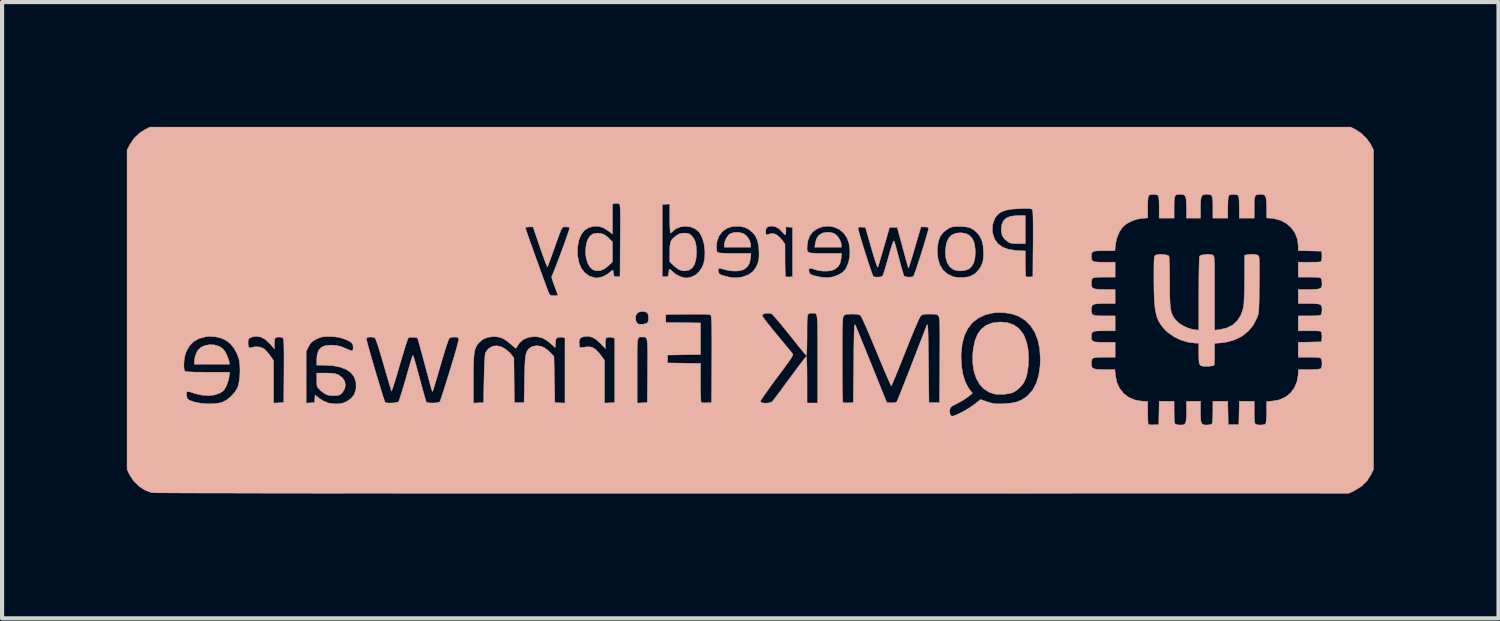
<source format=kicad_pcb>
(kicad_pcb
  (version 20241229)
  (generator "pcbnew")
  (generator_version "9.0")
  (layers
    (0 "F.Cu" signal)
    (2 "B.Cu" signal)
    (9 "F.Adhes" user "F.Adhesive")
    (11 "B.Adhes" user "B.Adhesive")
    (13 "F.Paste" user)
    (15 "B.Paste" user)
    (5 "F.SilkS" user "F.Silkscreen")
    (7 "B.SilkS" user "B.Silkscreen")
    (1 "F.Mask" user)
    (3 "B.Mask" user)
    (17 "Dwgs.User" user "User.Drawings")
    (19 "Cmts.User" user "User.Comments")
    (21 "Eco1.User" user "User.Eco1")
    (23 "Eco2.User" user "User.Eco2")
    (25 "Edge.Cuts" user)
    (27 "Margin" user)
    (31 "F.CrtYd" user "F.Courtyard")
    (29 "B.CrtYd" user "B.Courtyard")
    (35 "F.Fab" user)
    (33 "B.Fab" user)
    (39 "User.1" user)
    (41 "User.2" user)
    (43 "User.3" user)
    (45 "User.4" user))
  (footprint "QMK-Badge"
    (layer "F.Cu")
    (at 14.98 7.487)
    (property "Reference" "QMK-Badge" (at 0 0 0) (layer "F.SilkS") (effects (font (size 1.27 1.27) (thickness 0.15))))
    (attr through_hole)
    (fp_poly (pts (xy 1.978 -4.94) (xy 2.047 -4.911) (xy 2.108 -4.857) (xy 2.16 -4.779) (xy 2.194 -4.697) (xy 2.201 -4.647) (xy 2.201 -4.593) (xy 1.561 -4.593) (xy 1.574 -4.689) (xy 1.605 -4.803) (xy 1.663 -4.884) (xy 1.749 -4.934) (xy 1.863 -4.953) (xy 1.877 -4.953) (xy 1.978 -4.94)) (stroke (width 0.01) (type solid)) (fill yes) (layer "B.SilkS"))
    (fp_poly (pts (xy -0.176 -4.93) (xy -0.127 -4.905) (xy -0.057 -4.84) (xy -0.005 -4.756) (xy 0.02 -4.67) (xy 0.021 -4.652) (xy 0.021 -4.593) (xy -0.614 -4.593) (xy -0.613 -4.651) (xy -0.599 -4.733) (xy -0.562 -4.817) (xy -0.512 -4.886) (xy -0.468 -4.92) (xy -0.377 -4.948) (xy -0.273 -4.951) (xy -0.176 -4.93)) (stroke (width 0.01) (type solid)) (fill yes) (layer "B.SilkS"))
    (fp_poly (pts (xy 6.625 -4.678) (xy 6.448 -4.678) (xy 6.354 -4.68) (xy 6.29 -4.687) (xy 6.242 -4.702) (xy 6.202 -4.725) (xy 6.118 -4.795) (xy 6.069 -4.87) (xy 6.048 -4.963) (xy 6.046 -5.01) (xy 6.058 -5.132) (xy 6.097 -5.225) (xy 6.165 -5.292) (xy 6.265 -5.334) (xy 6.4 -5.353) (xy 6.461 -5.355) (xy 6.625 -5.355) (xy 6.625 -4.678)) (stroke (width 0.01) (type solid)) (fill yes) (layer "B.SilkS"))
    (fp_poly (pts (xy -12.877 -2.244) (xy -12.768 -2.213) (xy -12.741 -2.199) (xy -12.674 -2.153) (xy -12.623 -2.09) (xy -12.591 -2.032) (xy -12.558 -1.956) (xy -12.532 -1.885) (xy -12.522 -1.847) (xy -12.511 -1.778) (xy -13.356 -1.778) (xy -13.356 -1.849) (xy -13.34 -1.962) (xy -13.296 -2.075) (xy -13.269 -2.119) (xy -13.199 -2.185) (xy -13.103 -2.229) (xy -12.992 -2.249) (xy -12.877 -2.244)) (stroke (width 0.01) (type solid)) (fill yes) (layer "B.SilkS"))
    (fp_poly (pts (xy -3.577 -4.924) (xy -3.5 -4.896) (xy -3.426 -4.842) (xy -3.388 -4.806) (xy -3.302 -4.72) (xy -3.302 -4.242) (xy -3.392 -4.154) (xy -3.499 -4.07) (xy -3.602 -4.027) (xy -3.702 -4.026) (xy -3.767 -4.049) (xy -3.838 -4.107) (xy -3.894 -4.197) (xy -3.931 -4.31) (xy -3.95 -4.437) (xy -3.947 -4.571) (xy -3.922 -4.703) (xy -3.901 -4.768) (xy -3.847 -4.859) (xy -3.773 -4.913) (xy -3.676 -4.932) (xy -3.671 -4.932) (xy -3.577 -4.924)) (stroke (width 0.01) (type solid)) (fill yes) (layer "B.SilkS"))
    (fp_poly (pts (xy 5.184 -4.926) (xy 5.282 -4.878) (xy 5.354 -4.797) (xy 5.4 -4.683) (xy 5.421 -4.535) (xy 5.423 -4.477) (xy 5.412 -4.323) (xy 5.378 -4.203) (xy 5.32 -4.115) (xy 5.25 -4.061) (xy 5.158 -4.031) (xy 5.051 -4.023) (xy 4.946 -4.038) (xy 4.894 -4.057) (xy 4.808 -4.122) (xy 4.746 -4.22) (xy 4.711 -4.346) (xy 4.702 -4.498) (xy 4.705 -4.551) (xy 4.73 -4.696) (xy 4.778 -4.807) (xy 4.85 -4.884) (xy 4.947 -4.928) (xy 5.059 -4.941) (xy 5.184 -4.926)) (stroke (width 0.01) (type solid)) (fill yes) (layer "B.SilkS"))
    (fp_poly (pts (xy -10.089 -1.565) (xy -10.013 -1.559) (xy -9.955 -1.548) (xy -9.904 -1.528) (xy -9.884 -1.519) (xy -9.795 -1.454) (xy -9.742 -1.371) (xy -9.724 -1.278) (xy -9.744 -1.182) (xy -9.8 -1.094) (xy -9.84 -1.056) (xy -9.883 -1.035) (xy -9.946 -1.025) (xy -9.982 -1.023) (xy -10.103 -1.027) (xy -10.181 -1.048) (xy -10.242 -1.084) (xy -10.308 -1.135) (xy -10.335 -1.159) (xy -10.374 -1.2) (xy -10.398 -1.234) (xy -10.41 -1.274) (xy -10.414 -1.335) (xy -10.414 -1.401) (xy -10.414 -1.566) (xy -10.196 -1.566) (xy -10.089 -1.565)) (stroke (width 0.01) (type solid)) (fill yes) (layer "B.SilkS"))
    (fp_poly (pts (xy -1.502 -4.928) (xy -1.453 -4.912) (xy -1.408 -4.876) (xy -1.4 -4.868) (xy -1.343 -4.796) (xy -1.306 -4.709) (xy -1.287 -4.598) (xy -1.282 -4.466) (xy -1.294 -4.307) (xy -1.329 -4.182) (xy -1.387 -4.093) (xy -1.467 -4.04) (xy -1.57 -4.022) (xy -1.571 -4.022) (xy -1.641 -4.032) (xy -1.704 -4.055) (xy -1.757 -4.09) (xy -1.82 -4.14) (xy -1.847 -4.165) (xy -1.926 -4.242) (xy -1.926 -4.471) (xy -1.924 -4.589) (xy -1.916 -4.675) (xy -1.898 -4.737) (xy -1.866 -4.787) (xy -1.816 -4.834) (xy -1.771 -4.868) (xy -1.704 -4.91) (xy -1.638 -4.929) (xy -1.574 -4.932) (xy -1.502 -4.928)) (stroke (width 0.01) (type solid)) (fill yes) (layer "B.SilkS"))
    (fp_poly (pts (xy 6.202 -2.777) (xy 6.346 -2.726) (xy 6.466 -2.641) (xy 6.564 -2.52) (xy 6.603 -2.449) (xy 6.657 -2.3) (xy 6.691 -2.126) (xy 6.704 -1.936) (xy 6.696 -1.741) (xy 6.667 -1.554) (xy 6.632 -1.428) (xy 6.583 -1.329) (xy 6.508 -1.234) (xy 6.419 -1.154) (xy 6.326 -1.098) (xy 6.287 -1.085) (xy 6.107 -1.053) (xy 5.944 -1.053) (xy 5.904 -1.058) (xy 5.757 -1.104) (xy 5.631 -1.184) (xy 5.527 -1.296) (xy 5.446 -1.437) (xy 5.39 -1.604) (xy 5.361 -1.794) (xy 5.359 -2.005) (xy 5.374 -2.161) (xy 5.415 -2.351) (xy 5.479 -2.506) (xy 5.568 -2.627) (xy 5.681 -2.715) (xy 5.821 -2.77) (xy 5.988 -2.793) (xy 6.033 -2.794) (xy 6.202 -2.777)) (stroke (width 0.01) (type solid)) (fill yes) (layer "B.SilkS"))
    (fp_poly (pts (xy 12.168 -4.415) (xy 12.218 -4.399) (xy 12.221 -4.397) (xy 12.231 -4.387) (xy 12.239 -4.37) (xy 12.246 -4.342) (xy 12.25 -4.299) (xy 12.253 -4.236) (xy 12.254 -4.148) (xy 12.254 -4.032) (xy 12.253 -3.882) (xy 12.251 -3.695) (xy 12.251 -3.693) (xy 12.249 -3.505) (xy 12.247 -3.354) (xy 12.244 -3.235) (xy 12.241 -3.143) (xy 12.237 -3.073) (xy 12.231 -3.019) (xy 12.223 -2.977) (xy 12.213 -2.942) (xy 12.2 -2.907) (xy 12.195 -2.895) (xy 12.103 -2.717) (xy 11.98 -2.569) (xy 11.829 -2.45) (xy 11.651 -2.363) (xy 11.448 -2.308) (xy 11.329 -2.293) (xy 11.176 -2.28) (xy 11.176 -2.02) (xy 11.175 -1.919) (xy 11.171 -1.835) (xy 11.167 -1.776) (xy 11.16 -1.75) (xy 11.16 -1.75) (xy 11.123 -1.74) (xy 11.06 -1.732) (xy 10.989 -1.727) (xy 10.926 -1.727) (xy 10.901 -1.73) (xy 10.858 -1.74) (xy 10.829 -1.758) (xy 10.81 -1.791) (xy 10.8 -1.845) (xy 10.796 -1.927) (xy 10.795 -2.035) (xy 10.795 -2.286) (xy 10.716 -2.286) (xy 10.544 -2.306) (xy 10.367 -2.359) (xy 10.199 -2.44) (xy 10.05 -2.546) (xy 10.006 -2.586) (xy 9.933 -2.663) (xy 9.874 -2.741) (xy 9.826 -2.824) (xy 9.788 -2.918) (xy 9.76 -3.028) (xy 9.74 -3.158) (xy 9.727 -3.314) (xy 9.719 -3.501) (xy 9.716 -3.723) (xy 9.716 -3.804) (xy 9.716 -3.975) (xy 9.716 -4.109) (xy 9.718 -4.209) (xy 9.72 -4.283) (xy 9.724 -4.333) (xy 9.73 -4.366) (xy 9.738 -4.385) (xy 9.749 -4.397) (xy 9.761 -4.404) (xy 9.81 -4.417) (xy 9.879 -4.421) (xy 9.955 -4.417) (xy 10.022 -4.406) (xy 10.068 -4.388) (xy 10.077 -4.38) (xy 10.082 -4.352) (xy 10.086 -4.287) (xy 10.09 -4.191) (xy 10.093 -4.07) (xy 10.095 -3.929) (xy 10.096 -3.775) (xy 10.096 -3.756) (xy 10.097 -3.557) (xy 10.099 -3.396) (xy 10.104 -3.266) (xy 10.112 -3.163) (xy 10.124 -3.081) (xy 10.14 -3.015) (xy 10.162 -2.959) (xy 10.191 -2.908) (xy 10.227 -2.858) (xy 10.23 -2.853) (xy 10.309 -2.775) (xy 10.417 -2.704) (xy 10.538 -2.648) (xy 10.658 -2.614) (xy 10.684 -2.61) (xy 10.795 -2.598) (xy 10.795 -3.474) (xy 10.796 -3.665) (xy 10.797 -3.843) (xy 10.799 -4.003) (xy 10.802 -4.141) (xy 10.805 -4.252) (xy 10.809 -4.331) (xy 10.813 -4.374) (xy 10.815 -4.38) (xy 10.847 -4.399) (xy 10.908 -4.413) (xy 10.982 -4.421) (xy 11.055 -4.42) (xy 11.114 -4.411) (xy 11.131 -4.404) (xy 11.142 -4.398) (xy 11.151 -4.388) (xy 11.158 -4.372) (xy 11.164 -4.345) (xy 11.168 -4.304) (xy 11.171 -4.245) (xy 11.174 -4.163) (xy 11.175 -4.056) (xy 11.176 -3.918) (xy 11.176 -3.747) (xy 11.176 -3.538) (xy 11.176 -3.489) (xy 11.176 -2.598) (xy 11.296 -2.612) (xy 11.464 -2.65) (xy 11.606 -2.721) (xy 11.72 -2.824) (xy 11.806 -2.957) (xy 11.861 -3.118) (xy 11.874 -3.19) (xy 11.88 -3.252) (xy 11.885 -3.348) (xy 11.89 -3.471) (xy 11.893 -3.613) (xy 11.895 -3.765) (xy 11.895 -3.866) (xy 11.896 -4.398) (xy 11.943 -4.41) (xy 12.014 -4.421) (xy 12.094 -4.423) (xy 12.168 -4.415)) (stroke (width 0.01) (type solid)) (fill yes) (layer "B.SilkS"))
    (fp_poly (pts (xy 14.563 -7.423) (xy 14.704 -7.331) (xy 14.828 -7.21) (xy 14.924 -7.074) (xy 14.936 -7.052) (xy 14.997 -6.932) (xy 14.997 0.751) (xy 14.935 0.877) (xy 14.836 1.031) (xy 14.705 1.158) (xy 14.546 1.256) (xy 14.404 1.323) (xy 0.053 1.326) (xy -0.787 1.326) (xy -1.612 1.326) (xy -2.419 1.326) (xy -3.208 1.326) (xy -3.978 1.326) (xy -4.728 1.326) (xy -5.458 1.326) (xy -6.166 1.326) (xy -6.851 1.326) (xy -7.512 1.325) (xy -8.149 1.325) (xy -8.761 1.324) (xy -9.346 1.324) (xy -9.904 1.323) (xy -10.434 1.323) (xy -10.935 1.322) (xy -11.406 1.322) (xy -11.845 1.321) (xy -12.253 1.32) (xy -12.628 1.319) (xy -12.969 1.319) (xy -13.276 1.318) (xy -13.547 1.317) (xy -13.782 1.316) (xy -13.979 1.315) (xy -14.137 1.314) (xy -14.257 1.313) (xy -14.336 1.312) (xy -14.374 1.311) (xy -14.378 1.311) (xy -14.539 1.252) (xy -14.686 1.157) (xy -14.812 1.033) (xy -14.909 0.887) (xy -14.914 0.877) (xy -14.975 0.751) (xy -14.975 -0.646) (xy 4.805 -0.646) (xy 4.815 -0.572) (xy 4.846 -0.534) (xy 4.869 -0.529) (xy 4.904 -0.538) (xy 4.966 -0.563) (xy 5.045 -0.6) (xy 5.098 -0.626) (xy 5.198 -0.682) (xy 5.302 -0.746) (xy 5.391 -0.808) (xy 5.416 -0.827) (xy 5.546 -0.931) (xy 5.709 -0.876) (xy 5.788 -0.851) (xy 5.855 -0.836) (xy 5.923 -0.828) (xy 6.007 -0.827) (xy 6.106 -0.83) (xy 6.274 -0.844) (xy 6.412 -0.871) (xy 6.527 -0.916) (xy 6.631 -0.983) (xy 6.687 -1.029) (xy 6.801 -1.16) (xy 6.888 -1.322) (xy 6.947 -1.516) (xy 6.979 -1.742) (xy 6.985 -1.907) (xy 6.97 -2.145) (xy 6.926 -2.359) (xy 6.853 -2.546) (xy 6.752 -2.704) (xy 6.625 -2.832) (xy 6.473 -2.928) (xy 6.471 -2.929) (xy 6.316 -2.984) (xy 6.141 -3.016) (xy 5.962 -3.022) (xy 5.857 -3.013) (xy 5.661 -2.967) (xy 5.494 -2.889) (xy 5.354 -2.78) (xy 5.243 -2.64) (xy 5.16 -2.469) (xy 5.106 -2.268) (xy 5.082 -2.036) (xy 5.08 -1.949) (xy 5.092 -1.726) (xy 5.127 -1.524) (xy 5.183 -1.349) (xy 5.258 -1.205) (xy 5.298 -1.151) (xy 5.354 -1.086) (xy 5.307 -1.043) (xy 5.22 -0.975) (xy 5.111 -0.904) (xy 4.998 -0.84) (xy 4.945 -0.815) (xy 4.869 -0.776) (xy 4.826 -0.736) (xy 4.807 -0.686) (xy 4.805 -0.646) (xy -14.975 -0.646) (xy -14.975 -1.743) (xy -13.609 -1.743) (xy -13.604 -1.668) (xy -13.59 -1.62) (xy -13.585 -1.613) (xy -13.562 -1.604) (xy -13.512 -1.598) (xy -13.43 -1.593) (xy -13.315 -1.589) (xy -13.163 -1.588) (xy -13.034 -1.587) (xy -12.508 -1.587) (xy -12.521 -1.476) (xy -12.539 -1.392) (xy -12.57 -1.298) (xy -12.591 -1.249) (xy -12.632 -1.175) (xy -12.677 -1.126) (xy -12.742 -1.085) (xy -12.752 -1.08) (xy -12.873 -1.039) (xy -13.016 -1.025) (xy -13.172 -1.035) (xy -13.331 -1.07) (xy -13.373 -1.084) (xy -13.458 -1.113) (xy -13.511 -1.122) (xy -13.538 -1.11) (xy -13.546 -1.073) (xy -13.543 -1.013) (xy -13.526 -0.954) (xy -13.482 -0.917) (xy -13.473 -0.912) (xy -13.355 -0.87) (xy -13.211 -0.842) (xy -13.054 -0.827) (xy -12.899 -0.829) (xy -12.76 -0.846) (xy -12.697 -0.862) (xy -12.591 -0.913) (xy -12.485 -0.995) (xy -12.393 -1.094) (xy -12.326 -1.2) (xy -12.31 -1.238) (xy -12.283 -1.347) (xy -12.265 -1.482) (xy -12.259 -1.628) (xy -12.264 -1.769) (xy -12.281 -1.889) (xy -12.285 -1.905) (xy -12.333 -2.038) (xy -12.405 -2.165) (xy -12.493 -2.273) (xy -12.534 -2.308) (xy -12.065 -2.308) (xy -12.061 -2.229) (xy -12.048 -2.186) (xy -12.021 -2.173) (xy -11.988 -2.181) (xy -11.894 -2.2) (xy -11.793 -2.194) (xy -11.705 -2.165) (xy -11.695 -2.159) (xy -11.648 -2.12) (xy -11.591 -2.059) (xy -11.539 -1.992) (xy -11.451 -1.867) (xy -11.451 -0.845) (xy -11.329 -0.851) (xy -11.208 -0.857) (xy -11.202 -1.617) (xy -11.201 -1.838) (xy -11.201 -2.02) (xy -11.202 -2.088) (xy -10.668 -2.088) (xy -10.668 -0.844) (xy -10.567 -0.851) (xy -10.467 -0.857) (xy -10.454 -1.039) (xy -10.373 -0.974) (xy -10.248 -0.892) (xy -10.123 -0.844) (xy -9.983 -0.826) (xy -9.958 -0.826) (xy -9.86 -0.83) (xy -9.783 -0.845) (xy -9.706 -0.877) (xy -9.697 -0.881) (xy -9.588 -0.955) (xy -9.514 -1.05) (xy -9.474 -1.17) (xy -9.468 -1.212) (xy -9.472 -1.352) (xy -9.512 -1.472) (xy -9.588 -1.572) (xy -9.7 -1.651) (xy -9.845 -1.708) (xy -10.024 -1.744) (xy -10.235 -1.756) (xy -10.239 -1.756) (xy -10.414 -1.757) (xy -10.414 -1.889) (xy -10.402 -2.021) (xy -10.365 -2.119) (xy -10.301 -2.187) (xy -10.207 -2.227) (xy -10.081 -2.239) (xy -10.032 -2.238) (xy -9.923 -2.227) (xy -9.827 -2.203) (xy -9.721 -2.16) (xy -9.72 -2.16) (xy -9.647 -2.128) (xy -9.588 -2.108) (xy -9.555 -2.102) (xy -9.552 -2.104) (xy -9.543 -2.133) (xy -9.538 -2.185) (xy -9.538 -2.193) (xy -9.546 -2.25) (xy -9.577 -2.296) (xy -9.634 -2.336) (xy -9.725 -2.377) (xy -9.779 -2.396) (xy -9.793 -2.4) (xy -9.222 -2.4) (xy -9.218 -2.375) (xy -9.203 -2.315) (xy -9.18 -2.226) (xy -9.148 -2.113) (xy -9.111 -1.981) (xy -9.069 -1.837) (xy -9.025 -1.685) (xy -8.979 -1.531) (xy -8.934 -1.38) (xy -8.891 -1.239) (xy -8.852 -1.112) (xy -8.819 -1.005) (xy -8.792 -0.924) (xy -8.774 -0.874) (xy -8.769 -0.863) (xy -8.743 -0.852) (xy -8.688 -0.846) (xy -8.618 -0.846) (xy -8.546 -0.851) (xy -8.486 -0.86) (xy -8.451 -0.873) (xy -8.448 -0.875) (xy -8.436 -0.902) (xy -8.415 -0.965) (xy -8.385 -1.056) (xy -8.35 -1.171) (xy -8.31 -1.303) (xy -8.276 -1.42) (xy -8.228 -1.588) (xy -8.19 -1.721) (xy -8.161 -1.821) (xy -8.139 -1.893) (xy -8.124 -1.941) (xy -8.113 -1.971) (xy -8.106 -1.985) (xy -8.1 -1.989) (xy -8.096 -1.986) (xy -8.094 -1.984) (xy -8.086 -1.961) (xy -8.068 -1.903) (xy -8.043 -1.815) (xy -8.011 -1.702) (xy -7.975 -1.571) (xy -7.937 -1.431) (xy -7.898 -1.285) (xy -7.862 -1.153) (xy -7.83 -1.04) (xy -7.805 -0.95) (xy -7.787 -0.891) (xy -7.779 -0.868) (xy -7.751 -0.855) (xy -7.694 -0.848) (xy -7.623 -0.847) (xy -7.551 -0.85) (xy -7.491 -0.859) (xy -7.457 -0.872) (xy -7.456 -0.873) (xy -7.446 -0.899) (xy -7.424 -0.96) (xy -7.393 -1.053) (xy -7.355 -1.172) (xy -7.31 -1.313) (xy -7.276 -1.424) (xy -6.646 -1.424) (xy -6.646 -0.845) (xy -6.525 -0.851) (xy -6.403 -0.857) (xy -6.392 -1.429) (xy -6.387 -1.616) (xy -6.382 -1.775) (xy -6.375 -1.901) (xy -6.367 -1.993) (xy -6.359 -2.046) (xy -6.357 -2.055) (xy -6.324 -2.105) (xy -6.276 -2.157) (xy -6.266 -2.166) (xy -6.18 -2.213) (xy -6.082 -2.223) (xy -5.977 -2.199) (xy -5.872 -2.142) (xy -5.773 -2.055) (xy -5.741 -2.017) (xy -5.673 -1.932) (xy -5.668 -1.394) (xy -5.662 -0.857) (xy -5.429 -0.857) (xy -5.419 -1.418) (xy -5.415 -1.605) (xy -5.41 -1.754) (xy -5.403 -1.871) (xy -5.394 -1.96) (xy -5.381 -2.028) (xy -5.364 -2.079) (xy -5.341 -2.118) (xy -5.312 -2.15) (xy -5.281 -2.177) (xy -5.222 -2.209) (xy -5.145 -2.222) (xy -5.112 -2.223) (xy -5.022 -2.211) (xy -4.936 -2.174) (xy -4.847 -2.107) (xy -4.773 -2.033) (xy -4.71 -1.966) (xy -4.699 -1.412) (xy -4.688 -0.857) (xy -4.567 -0.851) (xy -4.445 -0.845) (xy -4.445 -2.337) (xy -4.103 -2.337) (xy -4.102 -2.272) (xy -4.095 -2.209) (xy -4.082 -2.18) (xy -4.064 -2.178) (xy -4.026 -2.184) (xy -3.962 -2.192) (xy -3.921 -2.196) (xy -3.837 -2.196) (xy -3.764 -2.173) (xy -3.694 -2.123) (xy -3.62 -2.042) (xy -3.582 -1.992) (xy -3.493 -1.873) (xy -3.493 -1.359) (xy -3.493 -0.845) (xy -3.371 -0.851) (xy -3.249 -0.857) (xy -3.249 -1.892) (xy -2.709 -1.892) (xy -2.709 -1.698) (xy -2.709 -1.627) (xy -2.709 -0.845) (xy -2.588 -0.851) (xy -2.466 -0.857) (xy -2.46 -1.619) (xy -2.459 -1.826) (xy -2.458 -1.995) (xy -2.459 -2.129) (xy -2.461 -2.233) (xy -2.466 -2.31) (xy -2.474 -2.364) (xy -2.486 -2.4) (xy -2.502 -2.421) (xy -2.523 -2.431) (xy -2.55 -2.434) (xy -2.582 -2.434) (xy -2.585 -2.434) (xy -2.616 -2.435) (xy -2.642 -2.433) (xy -2.663 -2.427) (xy -2.679 -2.41) (xy -2.691 -2.381) (xy -2.699 -2.333) (xy -2.704 -2.265) (xy -2.708 -2.171) (xy -2.709 -2.048) (xy -2.709 -1.892) (xy -3.249 -1.892) (xy -3.249 -2.401) (xy -3.304 -2.421) (xy -3.368 -2.431) (xy -3.415 -2.426) (xy -3.446 -2.415) (xy -3.463 -2.396) (xy -3.47 -2.356) (xy -3.471 -2.285) (xy -3.471 -2.154) (xy -3.593 -2.28) (xy -3.692 -2.371) (xy -3.783 -2.426) (xy -3.875 -2.45) (xy -3.969 -2.446) (xy -4.044 -2.427) (xy -4.086 -2.394) (xy -4.103 -2.337) (xy -4.445 -2.337) (xy -4.445 -2.412) (xy -4.501 -2.426) (xy -4.565 -2.43) (xy -4.612 -2.421) (xy -4.645 -2.404) (xy -4.663 -2.376) (xy -4.671 -2.324) (xy -4.674 -2.289) (xy -4.68 -2.177) (xy -4.772 -2.262) (xy -4.884 -2.353) (xy -4.99 -2.41) (xy -5.101 -2.438) (xy -5.187 -2.443) (xy -5.327 -2.425) (xy -5.445 -2.374) (xy -5.538 -2.293) (xy -5.569 -2.249) (xy -5.599 -2.199) (xy -5.619 -2.167) (xy -5.623 -2.162) (xy -5.64 -2.171) (xy -5.68 -2.202) (xy -5.734 -2.249) (xy -5.74 -2.253) (xy -5.845 -2.341) (xy -5.938 -2.398) (xy -6.028 -2.43) (xy -6.128 -2.443) (xy -6.16 -2.443) (xy -6.304 -2.426) (xy -6.424 -2.375) (xy -6.52 -2.29) (xy -6.53 -2.277) (xy -6.563 -2.231) (xy -6.588 -2.184) (xy -6.608 -2.131) (xy -6.623 -2.065) (xy -6.633 -1.983) (xy -6.64 -1.878) (xy -6.644 -1.746) (xy -6.646 -1.58) (xy -6.646 -1.424) (xy -7.276 -1.424) (xy -7.261 -1.471) (xy -7.209 -1.642) (xy -7.207 -1.648) (xy -7.146 -1.847) (xy -7.098 -2.009) (xy -7.06 -2.138) (xy -7.033 -2.238) (xy -7.014 -2.312) (xy -7.004 -2.363) (xy -7.001 -2.395) (xy -7.005 -2.411) (xy -7.008 -2.415) (xy -7.06 -2.43) (xy -7.128 -2.433) (xy -7.192 -2.422) (xy -7.222 -2.408) (xy -7.238 -2.38) (xy -7.263 -2.316) (xy -7.296 -2.219) (xy -7.336 -2.094) (xy -7.381 -1.945) (xy -7.43 -1.778) (xy -7.475 -1.624) (xy -7.516 -1.483) (xy -7.553 -1.359) (xy -7.583 -1.259) (xy -7.606 -1.187) (xy -7.619 -1.149) (xy -7.62 -1.145) (xy -7.625 -1.135) (xy -7.628 -1.127) (xy -7.632 -1.125) (xy -7.638 -1.134) (xy -7.646 -1.156) (xy -7.659 -1.196) (xy -7.676 -1.257) (xy -7.7 -1.344) (xy -7.731 -1.46) (xy -7.771 -1.608) (xy -7.821 -1.794) (xy -7.822 -1.799) (xy -7.863 -1.952) (xy -7.901 -2.091) (xy -7.934 -2.211) (xy -7.961 -2.308) (xy -7.98 -2.375) (xy -7.99 -2.408) (xy -7.991 -2.41) (xy -8.021 -2.42) (xy -8.075 -2.426) (xy -8.136 -2.427) (xy -8.187 -2.424) (xy -8.207 -2.418) (xy -8.22 -2.394) (xy -8.242 -2.334) (xy -8.272 -2.244) (xy -8.308 -2.127) (xy -8.35 -1.991) (xy -8.395 -1.839) (xy -8.418 -1.761) (xy -8.463 -1.605) (xy -8.505 -1.464) (xy -8.543 -1.342) (xy -8.574 -1.245) (xy -8.598 -1.176) (xy -8.612 -1.141) (xy -8.615 -1.138) (xy -8.624 -1.161) (xy -8.643 -1.221) (xy -8.671 -1.31) (xy -8.705 -1.425) (xy -8.745 -1.56) (xy -8.788 -1.711) (xy -8.804 -1.767) (xy -8.853 -1.935) (xy -8.898 -2.084) (xy -8.937 -2.21) (xy -8.971 -2.308) (xy -8.996 -2.376) (xy -9.012 -2.407) (xy -9.013 -2.408) (xy -9.06 -2.428) (xy -9.12 -2.434) (xy -9.178 -2.428) (xy -9.216 -2.409) (xy -9.222 -2.4) (xy -9.793 -2.4) (xy -9.883 -2.425) (xy -9.993 -2.44) (xy -10.107 -2.444) (xy -10.205 -2.443) (xy -10.275 -2.436) (xy -10.334 -2.421) (xy -10.396 -2.395) (xy -10.425 -2.381) (xy -10.499 -2.34) (xy -10.549 -2.299) (xy -10.588 -2.244) (xy -10.61 -2.203) (xy -10.668 -2.088) (xy -11.202 -2.088) (xy -11.203 -2.164) (xy -11.205 -2.272) (xy -11.21 -2.347) (xy -11.216 -2.391) (xy -11.221 -2.405) (xy -11.261 -2.427) (xy -11.323 -2.434) (xy -11.387 -2.425) (xy -11.397 -2.421) (xy -11.416 -2.402) (xy -11.427 -2.359) (xy -11.43 -2.282) (xy -11.43 -2.278) (xy -11.431 -2.148) (xy -11.536 -2.268) (xy -11.645 -2.371) (xy -11.754 -2.432) (xy -11.863 -2.45) (xy -11.91 -2.445) (xy -11.991 -2.426) (xy -12.039 -2.4) (xy -12.06 -2.361) (xy -12.065 -2.308) (xy -12.534 -2.308) (xy -12.562 -2.333) (xy -12.688 -2.397) (xy -12.836 -2.437) (xy -12.992 -2.448) (xy -13.083 -2.44) (xy -13.243 -2.397) (xy -13.374 -2.323) (xy -13.477 -2.218) (xy -13.552 -2.08) (xy -13.577 -2.01) (xy -13.595 -1.926) (xy -13.606 -1.833) (xy -13.609 -1.743) (xy -14.975 -1.743) (xy -14.975 -2.884) (xy -2.749 -2.884) (xy -2.737 -2.817) (xy -2.707 -2.765) (xy -2.673 -2.744) (xy -2.613 -2.738) (xy -2.543 -2.746) (xy -2.483 -2.763) (xy -2.464 -2.774) (xy -2.443 -2.815) (xy -2.435 -2.878) (xy -2.439 -2.945) (xy -2.448 -2.974) (xy -2.021 -2.974) (xy -2.021 -2.783) (xy -1.603 -2.778) (xy -1.185 -2.772) (xy -1.185 -2.012) (xy -1.979 -2) (xy -1.979 -1.81) (xy -1.582 -1.804) (xy -1.185 -1.798) (xy -1.185 -1.337) (xy -1.185 -1.201) (xy -1.183 -1.079) (xy -1.18 -0.979) (xy -1.176 -0.905) (xy -1.172 -0.865) (xy -1.17 -0.86) (xy -1.142 -0.853) (xy -1.086 -0.85) (xy -1.038 -0.851) (xy -0.921 -0.857) (xy -0.921 -0.885) (xy 0.254 -0.885) (xy 0.272 -0.861) (xy 0.32 -0.847) (xy 0.383 -0.843) (xy 0.45 -0.849) (xy 0.509 -0.865) (xy 0.544 -0.887) (xy 0.566 -0.914) (xy 0.609 -0.971) (xy 0.671 -1.052) (xy 0.747 -1.154) (xy 0.834 -1.272) (xy 0.929 -1.401) (xy 0.963 -1.448) (xy 1.059 -1.577) (xy 1.146 -1.695) (xy 1.223 -1.797) (xy 1.286 -1.879) (xy 1.331 -1.936) (xy 1.356 -1.965) (xy 1.36 -1.968) (xy 1.364 -1.948) (xy 1.368 -1.891) (xy 1.371 -1.803) (xy 1.374 -1.689) (xy 1.375 -1.554) (xy 1.376 -1.408) (xy 1.376 -0.847) (xy 1.63 -0.847) (xy 1.63 -1.883) (xy 2.223 -1.883) (xy 2.223 -1.68) (xy 2.224 -1.49) (xy 2.225 -1.318) (xy 2.227 -1.167) (xy 2.229 -1.041) (xy 2.232 -0.945) (xy 2.235 -0.884) (xy 2.238 -0.86) (xy 2.238 -0.86) (xy 2.265 -0.853) (xy 2.321 -0.85) (xy 2.37 -0.851) (xy 2.487 -0.857) (xy 2.498 -1.82) (xy 2.5 -2.047) (xy 2.502 -2.234) (xy 2.505 -2.386) (xy 2.507 -2.506) (xy 2.51 -2.596) (xy 2.513 -2.66) (xy 2.516 -2.702) (xy 2.521 -2.725) (xy 2.526 -2.731) (xy 2.533 -2.725) (xy 2.542 -2.71) (xy 2.547 -2.699) (xy 2.562 -2.662) (xy 2.592 -2.59) (xy 2.634 -2.488) (xy 2.686 -2.359) (xy 2.747 -2.21) (xy 2.815 -2.043) (xy 2.887 -1.864) (xy 2.939 -1.736) (xy 3.293 -0.857) (xy 3.4 -0.851) (xy 3.483 -0.853) (xy 3.528 -0.871) (xy 3.531 -0.873) (xy 3.543 -0.898) (xy 3.569 -0.959) (xy 3.606 -1.051) (xy 3.654 -1.17) (xy 3.71 -1.312) (xy 3.773 -1.472) (xy 3.842 -1.648) (xy 3.893 -1.781) (xy 3.964 -1.965) (xy 4.032 -2.14) (xy 4.093 -2.299) (xy 4.148 -2.44) (xy 4.194 -2.557) (xy 4.229 -2.646) (xy 4.251 -2.703) (xy 4.259 -2.721) (xy 4.265 -2.731) (xy 4.271 -2.725) (xy 4.276 -2.701) (xy 4.28 -2.655) (xy 4.284 -2.585) (xy 4.287 -2.487) (xy 4.29 -2.359) (xy 4.292 -2.196) (xy 4.295 -1.997) (xy 4.297 -1.82) (xy 4.307 -0.857) (xy 4.561 -0.857) (xy 4.567 -1.871) (xy 4.568 -2.109) (xy 4.569 -2.307) (xy 4.569 -2.47) (xy 4.568 -2.602) (xy 4.566 -2.706) (xy 4.564 -2.785) (xy 4.56 -2.844) (xy 4.555 -2.886) (xy 4.549 -2.914) (xy 4.542 -2.931) (xy 4.54 -2.935) (xy 4.52 -2.959) (xy 4.494 -2.974) (xy 4.451 -2.982) (xy 4.382 -2.984) (xy 4.33 -2.985) (xy 4.241 -2.983) (xy 4.182 -2.978) (xy 4.144 -2.966) (xy 4.116 -2.945) (xy 4.105 -2.935) (xy 4.087 -2.904) (xy 4.055 -2.837) (xy 4.011 -2.739) (xy 3.957 -2.613) (xy 3.894 -2.462) (xy 3.825 -2.292) (xy 3.75 -2.105) (xy 3.737 -2.072) (xy 3.668 -1.898) (xy 3.603 -1.736) (xy 3.544 -1.591) (xy 3.493 -1.467) (xy 3.452 -1.369) (xy 3.421 -1.299) (xy 3.404 -1.264) (xy 3.4 -1.259) (xy 3.389 -1.278) (xy 3.364 -1.332) (xy 3.326 -1.418) (xy 3.277 -1.53) (xy 3.219 -1.665) (xy 3.155 -1.819) (xy 3.084 -1.987) (xy 3.049 -2.074) (xy 2.975 -2.251) (xy 2.906 -2.416) (xy 2.841 -2.567) (xy 2.784 -2.698) (xy 2.736 -2.805) (xy 2.7 -2.883) (xy 2.676 -2.928) (xy 2.671 -2.936) (xy 2.644 -2.961) (xy 2.611 -2.975) (xy 2.56 -2.982) (xy 2.479 -2.984) (xy 2.458 -2.985) (xy 2.372 -2.983) (xy 2.317 -2.978) (xy 2.284 -2.966) (xy 2.261 -2.945) (xy 2.255 -2.937) (xy 2.248 -2.922) (xy 2.241 -2.898) (xy 2.236 -2.861) (xy 2.232 -2.808) (xy 2.229 -2.735) (xy 2.226 -2.638) (xy 2.224 -2.515) (xy 2.223 -2.361) (xy 2.223 -2.173) (xy 2.223 -1.947) (xy 2.223 -1.883) (xy 1.63 -1.883) (xy 1.63 -1.913) (xy 1.63 -2.157) (xy 1.63 -2.361) (xy 1.629 -2.53) (xy 1.628 -2.667) (xy 1.626 -2.774) (xy 1.621 -2.857) (xy 1.615 -2.917) (xy 1.606 -2.959) (xy 1.595 -2.985) (xy 1.58 -3) (xy 1.562 -3.006) (xy 1.539 -3.007) (xy 1.512 -3.006) (xy 1.503 -3.006) (xy 1.463 -3.006) (xy 1.433 -3.002) (xy 1.411 -2.991) (xy 1.395 -2.966) (xy 1.385 -2.923) (xy 1.379 -2.857) (xy 1.377 -2.763) (xy 1.376 -2.636) (xy 1.376 -2.485) (xy 1.375 -2.345) (xy 1.373 -2.221) (xy 1.371 -2.118) (xy 1.367 -2.042) (xy 1.363 -1.998) (xy 1.36 -1.99) (xy 1.343 -2.007) (xy 1.304 -2.052) (xy 1.245 -2.123) (xy 1.17 -2.214) (xy 1.083 -2.323) (xy 0.986 -2.444) (xy 0.953 -2.487) (xy 0.852 -2.612) (xy 0.759 -2.727) (xy 0.675 -2.826) (xy 0.606 -2.906) (xy 0.554 -2.963) (xy 0.523 -2.991) (xy 0.519 -2.994) (xy 0.439 -3.006) (xy 0.369 -3.002) (xy 0.318 -2.982) (xy 0.296 -2.951) (xy 0.296 -2.948) (xy 0.309 -2.924) (xy 0.346 -2.872) (xy 0.403 -2.797) (xy 0.477 -2.703) (xy 0.563 -2.596) (xy 0.651 -2.49) (xy 0.747 -2.374) (xy 0.836 -2.267) (xy 0.913 -2.174) (xy 0.973 -2.101) (xy 1.015 -2.051) (xy 1.032 -2.03) (xy 1.036 -2.016) (xy 1.031 -1.994) (xy 1.014 -1.959) (xy 0.983 -1.909) (xy 0.935 -1.84) (xy 0.869 -1.748) (xy 0.782 -1.629) (xy 0.672 -1.482) (xy 0.656 -1.46) (xy 0.557 -1.328) (xy 0.468 -1.204) (xy 0.39 -1.095) (xy 0.326 -1.004) (xy 0.281 -0.936) (xy 0.257 -0.895) (xy 0.254 -0.885) (xy -0.921 -0.885) (xy -0.915 -1.88) (xy -0.914 -2.157) (xy -0.914 -2.391) (xy -0.916 -2.585) (xy -0.918 -2.736) (xy -0.922 -2.846) (xy -0.927 -2.916) (xy -0.932 -2.944) (xy -0.941 -2.956) (xy -0.954 -2.966) (xy -0.978 -2.973) (xy -1.018 -2.978) (xy -1.077 -2.981) (xy -1.162 -2.982) (xy -1.278 -2.982) (xy -1.429 -2.98) (xy -1.488 -2.98) (xy -2.021 -2.974) (xy -2.448 -2.974) (xy -2.457 -3) (xy -2.467 -3.015) (xy -2.52 -3.041) (xy -2.591 -3.048) (xy -2.661 -3.034) (xy -2.709 -3.006) (xy -2.74 -2.951) (xy -2.749 -2.884) (xy -14.975 -2.884) (xy -14.975 -5.06) (xy -5.397 -5.06) (xy -5.391 -5.037) (xy -5.371 -4.979) (xy -5.341 -4.892) (xy -5.302 -4.781) (xy -5.256 -4.652) (xy -5.205 -4.509) (xy -5.151 -4.358) (xy -5.095 -4.204) (xy -5.041 -4.053) (xy -4.989 -3.91) (xy -4.941 -3.779) (xy -4.9 -3.668) (xy -4.868 -3.58) (xy -4.845 -3.52) (xy -4.839 -3.504) (xy -4.816 -3.458) (xy -4.788 -3.436) (xy -4.741 -3.429) (xy -4.711 -3.429) (xy -4.653 -3.431) (xy -4.619 -3.436) (xy -4.614 -3.439) (xy -4.622 -3.461) (xy -4.641 -3.515) (xy -4.67 -3.591) (xy -4.698 -3.666) (xy -4.731 -3.754) (xy -4.754 -3.827) (xy -4.766 -3.877) (xy -4.765 -3.894) (xy -4.752 -3.916) (xy -4.728 -3.972) (xy -4.695 -4.056) (xy -4.654 -4.161) (xy -4.608 -4.281) (xy -4.559 -4.41) (xy -4.51 -4.543) (xy -4.502 -4.567) (xy -4.143 -4.567) (xy -4.14 -4.383) (xy -4.109 -4.221) (xy -4.051 -4.085) (xy -3.968 -3.978) (xy -3.862 -3.902) (xy -3.734 -3.86) (xy -3.687 -3.854) (xy -3.651 -3.858) (xy -3.592 -3.87) (xy -3.567 -3.876) (xy -3.493 -3.905) (xy -3.417 -3.95) (xy -3.39 -3.971) (xy -3.34 -4.012) (xy -3.305 -4.038) (xy -3.295 -4.043) (xy -3.286 -4.024) (xy -3.278 -3.978) (xy -3.277 -3.963) (xy -3.269 -3.911) (xy -3.251 -3.889) (xy -3.208 -3.884) (xy -3.196 -3.884) (xy -3.122 -3.884) (xy -3.117 -4.756) (xy -3.115 -4.97) (xy -3.114 -5.147) (xy -3.114 -5.288) (xy -3.115 -5.399) (xy -3.116 -5.484) (xy -3.119 -5.545) (xy -3.123 -5.587) (xy -3.128 -5.614) (xy -3.131 -5.62) (xy -2.106 -5.62) (xy -2.106 -3.884) (xy -2.032 -3.884) (xy -1.985 -3.887) (xy -1.963 -3.902) (xy -1.954 -3.943) (xy -1.951 -3.974) (xy -1.944 -4.029) (xy -1.933 -4.061) (xy -1.929 -4.064) (xy -1.905 -4.05) (xy -1.867 -4.015) (xy -1.861 -4.009) (xy -1.776 -3.94) (xy -1.671 -3.886) (xy -1.564 -3.857) (xy -1.535 -3.854) (xy -1.487 -3.859) (xy -1.423 -3.872) (xy -1.408 -3.876) (xy -1.309 -3.924) (xy -1.22 -4.004) (xy -1.149 -4.107) (xy -1.111 -4.2) (xy -1.084 -4.342) (xy -1.08 -4.495) (xy -1.091 -4.595) (xy -0.804 -4.595) (xy -0.799 -4.53) (xy -0.786 -4.482) (xy -0.779 -4.47) (xy -0.752 -4.46) (xy -0.694 -4.453) (xy -0.601 -4.448) (xy -0.471 -4.445) (xy -0.364 -4.445) (xy 0.026 -4.445) (xy 0.017 -4.328) (xy -0.007 -4.212) (xy -0.06 -4.124) (xy -0.144 -4.057) (xy -0.22 -4.031) (xy -0.322 -4.019) (xy -0.438 -4.023) (xy -0.555 -4.041) (xy -0.624 -4.06) (xy -0.701 -4.082) (xy -0.745 -4.082) (xy -0.762 -4.056) (xy -0.757 -4.004) (xy -0.753 -3.99) (xy -0.736 -3.955) (xy -0.697 -3.93) (xy -0.629 -3.907) (xy -0.501 -3.875) (xy -0.399 -3.858) (xy -0.307 -3.858) (xy -0.212 -3.872) (xy -0.159 -3.885) (xy -0.03 -3.932) (xy 0.068 -4.002) (xy 0.142 -4.1) (xy 0.166 -4.146) (xy 0.194 -4.215) (xy 0.211 -4.279) (xy 0.22 -4.356) (xy 0.222 -4.456) (xy 0.212 -4.624) (xy 0.181 -4.761) (xy 0.127 -4.873) (xy 0.072 -4.94) (xy 0.034 -4.973) (xy 0.381 -4.973) (xy 0.383 -4.919) (xy 0.395 -4.898) (xy 0.424 -4.898) (xy 0.439 -4.901) (xy 0.492 -4.914) (xy 0.525 -4.923) (xy 0.579 -4.92) (xy 0.646 -4.888) (xy 0.715 -4.833) (xy 0.771 -4.769) (xy 0.846 -4.667) (xy 0.846 -4.284) (xy 0.847 -4.161) (xy 0.849 -4.053) (xy 0.853 -3.966) (xy 0.857 -3.908) (xy 0.862 -3.887) (xy 0.891 -3.878) (xy 0.943 -3.877) (xy 0.952 -3.878) (xy 1.027 -3.884) (xy 1.027 -4.581) (xy 1.376 -4.581) (xy 1.377 -4.53) (xy 1.388 -4.494) (xy 1.415 -4.47) (xy 1.463 -4.455) (xy 1.537 -4.448) (xy 1.642 -4.445) (xy 1.784 -4.445) (xy 1.815 -4.445) (xy 2.207 -4.445) (xy 2.197 -4.328) (xy 2.173 -4.213) (xy 2.121 -4.125) (xy 2.035 -4.057) (xy 2.035 -4.057) (xy 1.959 -4.03) (xy 1.857 -4.018) (xy 1.742 -4.02) (xy 1.628 -4.037) (xy 1.548 -4.061) (xy 1.474 -4.084) (xy 1.432 -4.082) (xy 1.418 -4.053) (xy 1.426 -3.994) (xy 1.427 -3.99) (xy 1.444 -3.955) (xy 1.483 -3.93) (xy 1.551 -3.907) (xy 1.724 -3.869) (xy 1.876 -3.861) (xy 2.013 -3.883) (xy 2.138 -3.932) (xy 2.227 -3.986) (xy 2.29 -4.053) (xy 2.314 -4.088) (xy 2.37 -4.216) (xy 2.401 -4.366) (xy 2.406 -4.524) (xy 2.385 -4.679) (xy 2.339 -4.812) (xy 2.262 -4.928) (xy 2.159 -5.016) (xy 2.096 -5.046) (xy 2.603 -5.046) (xy 2.61 -5.012) (xy 2.627 -4.946) (xy 2.653 -4.853) (xy 2.687 -4.741) (xy 2.725 -4.616) (xy 2.766 -4.484) (xy 2.809 -4.35) (xy 2.85 -4.223) (xy 2.889 -4.108) (xy 2.922 -4.011) (xy 2.948 -3.938) (xy 2.965 -3.897) (xy 2.97 -3.89) (xy 3.013 -3.877) (xy 3.074 -3.874) (xy 3.136 -3.879) (xy 3.181 -3.893) (xy 3.19 -3.9) (xy 3.203 -3.93) (xy 3.225 -3.992) (xy 3.251 -4.076) (xy 3.279 -4.17) (xy 3.33 -4.349) (xy 3.371 -4.491) (xy 3.403 -4.597) (xy 3.429 -4.673) (xy 3.447 -4.72) (xy 3.46 -4.742) (xy 3.469 -4.741) (xy 3.47 -4.74) (xy 3.48 -4.71) (xy 3.499 -4.647) (xy 3.524 -4.557) (xy 3.554 -4.446) (xy 3.586 -4.322) (xy 3.588 -4.318) (xy 3.62 -4.194) (xy 3.651 -4.084) (xy 3.678 -3.993) (xy 3.698 -3.93) (xy 3.71 -3.9) (xy 3.71 -3.9) (xy 3.743 -3.884) (xy 3.801 -3.875) (xy 3.864 -3.875) (xy 3.917 -3.884) (xy 3.931 -3.891) (xy 3.943 -3.914) (xy 3.965 -3.971) (xy 3.995 -4.056) (xy 4.031 -4.163) (xy 4.071 -4.285) (xy 4.113 -4.416) (xy 4.139 -4.498) (xy 4.508 -4.498) (xy 4.524 -4.318) (xy 4.57 -4.166) (xy 4.646 -4.043) (xy 4.751 -3.95) (xy 4.886 -3.887) (xy 4.907 -3.881) (xy 5.004 -3.865) (xy 5.119 -3.864) (xy 5.231 -3.877) (xy 5.309 -3.897) (xy 5.421 -3.962) (xy 5.514 -4.061) (xy 5.564 -4.146) (xy 5.591 -4.211) (xy 5.608 -4.271) (xy 5.616 -4.341) (xy 5.619 -4.435) (xy 5.619 -4.466) (xy 5.609 -4.628) (xy 5.577 -4.759) (xy 5.522 -4.869) (xy 5.465 -4.939) (xy 5.406 -4.991) (xy 5.831 -4.991) (xy 5.842 -4.921) (xy 5.888 -4.786) (xy 5.964 -4.679) (xy 6.072 -4.598) (xy 6.212 -4.544) (xy 6.385 -4.516) (xy 6.425 -4.513) (xy 6.625 -4.503) (xy 6.625 -4.202) (xy 6.626 -4.093) (xy 6.629 -4) (xy 6.633 -3.93) (xy 6.638 -3.891) (xy 6.64 -3.887) (xy 6.67 -3.878) (xy 6.722 -3.877) (xy 6.73 -3.878) (xy 6.805 -3.884) (xy 6.808 -4.371) (xy 8.213 -4.371) (xy 8.215 -4.317) (xy 8.227 -4.28) (xy 8.255 -4.255) (xy 8.304 -4.241) (xy 8.382 -4.235) (xy 8.495 -4.233) (xy 8.52 -4.233) (xy 8.784 -4.233) (xy 8.784 -3.873) (xy 8.52 -3.873) (xy 8.401 -3.872) (xy 8.317 -3.867) (xy 8.262 -3.855) (xy 8.231 -3.831) (xy 8.217 -3.794) (xy 8.213 -3.74) (xy 8.213 -3.718) (xy 8.216 -3.663) (xy 8.232 -3.625) (xy 8.265 -3.6) (xy 8.323 -3.586) (xy 8.41 -3.579) (xy 8.532 -3.577) (xy 8.784 -3.577) (xy 8.784 -3.239) (xy 8.532 -3.239) (xy 8.409 -3.237) (xy 8.322 -3.23) (xy 8.265 -3.215) (xy 8.232 -3.19) (xy 8.216 -3.151) (xy 8.213 -3.098) (xy 8.215 -3.037) (xy 8.225 -2.995) (xy 8.25 -2.967) (xy 8.296 -2.952) (xy 8.369 -2.944) (xy 8.477 -2.942) (xy 8.52 -2.942) (xy 8.784 -2.942) (xy 8.784 -2.582) (xy 8.52 -2.582) (xy 8.4 -2.581) (xy 8.316 -2.576) (xy 8.262 -2.564) (xy 8.231 -2.541) (xy 8.217 -2.507) (xy 8.213 -2.456) (xy 8.213 -2.445) (xy 8.215 -2.391) (xy 8.227 -2.354) (xy 8.255 -2.329) (xy 8.304 -2.315) (xy 8.382 -2.309) (xy 8.495 -2.307) (xy 8.52 -2.307) (xy 8.784 -2.307) (xy 8.784 -1.947) (xy 8.52 -1.947) (xy 8.401 -1.946) (xy 8.317 -1.941) (xy 8.262 -1.928) (xy 8.231 -1.905) (xy 8.217 -1.868) (xy 8.213 -1.814) (xy 8.213 -1.791) (xy 8.217 -1.737) (xy 8.232 -1.699) (xy 8.266 -1.674) (xy 8.324 -1.659) (xy 8.412 -1.653) (xy 8.529 -1.651) (xy 8.778 -1.651) (xy 8.791 -1.509) (xy 8.826 -1.34) (xy 8.895 -1.193) (xy 8.994 -1.071) (xy 9.121 -0.978) (xy 9.27 -0.917) (xy 9.414 -0.893) (xy 9.567 -0.883) (xy 9.567 -0.615) (xy 9.568 -0.512) (xy 9.572 -0.425) (xy 9.576 -0.362) (xy 9.582 -0.332) (xy 9.582 -0.331) (xy 9.61 -0.323) (xy 9.666 -0.321) (xy 9.715 -0.322) (xy 9.832 -0.328) (xy 9.844 -0.889) (xy 10.202 -0.889) (xy 10.202 -0.629) (xy 10.205 -0.495) (xy 10.211 -0.402) (xy 10.222 -0.351) (xy 10.228 -0.343) (xy 10.263 -0.328) (xy 10.323 -0.319) (xy 10.354 -0.318) (xy 10.409 -0.32) (xy 10.448 -0.333) (xy 10.474 -0.362) (xy 10.489 -0.413) (xy 10.496 -0.492) (xy 10.499 -0.606) (xy 10.499 -0.644) (xy 10.499 -0.889) (xy 10.837 -0.889) (xy 10.837 -0.644) (xy 10.839 -0.52) (xy 10.844 -0.432) (xy 10.857 -0.374) (xy 10.88 -0.339) (xy 10.915 -0.323) (xy 10.965 -0.318) (xy 10.982 -0.318) (xy 11.047 -0.323) (xy 11.096 -0.335) (xy 11.108 -0.343) (xy 11.121 -0.379) (xy 11.129 -0.455) (xy 11.133 -0.574) (xy 11.134 -0.629) (xy 11.134 -0.889) (xy 11.492 -0.889) (xy 11.504 -0.328) (xy 11.758 -0.328) (xy 11.77 -0.889) (xy 12.129 -0.889) (xy 12.129 -0.629) (xy 12.131 -0.495) (xy 12.137 -0.402) (xy 12.149 -0.351) (xy 12.154 -0.343) (xy 12.189 -0.328) (xy 12.249 -0.318) (xy 12.277 -0.318) (xy 12.341 -0.323) (xy 12.389 -0.336) (xy 12.399 -0.343) (xy 12.412 -0.379) (xy 12.421 -0.456) (xy 12.425 -0.576) (xy 12.425 -0.626) (xy 12.425 -0.883) (xy 12.571 -0.894) (xy 12.736 -0.925) (xy 12.882 -0.992) (xy 13.003 -1.089) (xy 13.096 -1.215) (xy 13.157 -1.364) (xy 13.182 -1.508) (xy 13.193 -1.651) (xy 13.45 -1.651) (xy 13.584 -1.653) (xy 13.675 -1.66) (xy 13.725 -1.672) (xy 13.733 -1.676) (xy 13.748 -1.712) (xy 13.757 -1.771) (xy 13.758 -1.799) (xy 13.753 -1.863) (xy 13.74 -1.911) (xy 13.733 -1.922) (xy 13.697 -1.935) (xy 13.62 -1.943) (xy 13.502 -1.947) (xy 13.447 -1.947) (xy 13.187 -1.947) (xy 13.187 -2.306) (xy 13.467 -2.312) (xy 13.748 -2.318) (xy 13.755 -2.4) (xy 13.756 -2.468) (xy 13.75 -2.527) (xy 13.749 -2.533) (xy 13.742 -2.553) (xy 13.73 -2.567) (xy 13.705 -2.575) (xy 13.659 -2.58) (xy 13.587 -2.582) (xy 13.48 -2.582) (xy 13.462 -2.582) (xy 13.187 -2.582) (xy 13.187 -2.942) (xy 13.447 -2.942) (xy 13.581 -2.944) (xy 13.674 -2.951) (xy 13.724 -2.962) (xy 13.733 -2.968) (xy 13.748 -3.003) (xy 13.757 -3.063) (xy 13.758 -3.094) (xy 13.755 -3.149) (xy 13.743 -3.188) (xy 13.714 -3.214) (xy 13.663 -3.229) (xy 13.584 -3.236) (xy 13.47 -3.238) (xy 13.432 -3.239) (xy 13.187 -3.239) (xy 13.187 -3.577) (xy 13.432 -3.577) (xy 13.556 -3.578) (xy 13.644 -3.584) (xy 13.702 -3.597) (xy 13.737 -3.619) (xy 13.753 -3.655) (xy 13.758 -3.705) (xy 13.758 -3.722) (xy 13.753 -3.787) (xy 13.741 -3.836) (xy 13.733 -3.848) (xy 13.697 -3.861) (xy 13.62 -3.869) (xy 13.502 -3.873) (xy 13.447 -3.873) (xy 13.187 -3.873) (xy 13.187 -4.233) (xy 13.462 -4.233) (xy 13.574 -4.234) (xy 13.651 -4.235) (xy 13.699 -4.239) (xy 13.727 -4.247) (xy 13.741 -4.26) (xy 13.748 -4.28) (xy 13.749 -4.283) (xy 13.755 -4.337) (xy 13.755 -4.406) (xy 13.755 -4.415) (xy 13.748 -4.498) (xy 13.467 -4.504) (xy 13.187 -4.51) (xy 13.187 -4.625) (xy 13.167 -4.785) (xy 13.11 -4.932) (xy 13.021 -5.059) (xy 12.904 -5.163) (xy 12.763 -5.238) (xy 12.603 -5.28) (xy 12.567 -5.285) (xy 12.425 -5.298) (xy 12.425 -5.547) (xy 12.423 -5.67) (xy 12.416 -5.756) (xy 12.401 -5.812) (xy 12.375 -5.845) (xy 12.336 -5.86) (xy 12.284 -5.863) (xy 12.224 -5.861) (xy 12.181 -5.851) (xy 12.154 -5.826) (xy 12.138 -5.78) (xy 12.131 -5.706) (xy 12.129 -5.599) (xy 12.129 -5.556) (xy 12.129 -5.292) (xy 11.769 -5.292) (xy 11.769 -5.552) (xy 11.766 -5.686) (xy 11.76 -5.778) (xy 11.749 -5.829) (xy 11.743 -5.838) (xy 11.703 -5.855) (xy 11.641 -5.862) (xy 11.576 -5.859) (xy 11.527 -5.844) (xy 11.519 -5.838) (xy 11.506 -5.802) (xy 11.498 -5.725) (xy 11.494 -5.607) (xy 11.493 -5.552) (xy 11.493 -5.292) (xy 11.134 -5.292) (xy 11.134 -5.556) (xy 11.133 -5.675) (xy 11.127 -5.759) (xy 11.115 -5.813) (xy 11.091 -5.845) (xy 11.054 -5.859) (xy 11 -5.863) (xy 10.978 -5.863) (xy 10.924 -5.859) (xy 10.885 -5.844) (xy 10.86 -5.81) (xy 10.846 -5.753) (xy 10.839 -5.665) (xy 10.837 -5.544) (xy 10.837 -5.292) (xy 10.499 -5.292) (xy 10.499 -5.544) (xy 10.497 -5.667) (xy 10.49 -5.754) (xy 10.475 -5.811) (xy 10.45 -5.844) (xy 10.412 -5.859) (xy 10.358 -5.863) (xy 10.298 -5.861) (xy 10.255 -5.851) (xy 10.228 -5.826) (xy 10.212 -5.78) (xy 10.204 -5.706) (xy 10.202 -5.599) (xy 10.202 -5.556) (xy 10.202 -5.292) (xy 9.842 -5.292) (xy 9.842 -5.552) (xy 9.84 -5.686) (xy 9.834 -5.778) (xy 9.822 -5.829) (xy 9.817 -5.838) (xy 9.777 -5.855) (xy 9.715 -5.862) (xy 9.65 -5.859) (xy 9.601 -5.844) (xy 9.593 -5.838) (xy 9.58 -5.802) (xy 9.571 -5.724) (xy 9.568 -5.605) (xy 9.567 -5.555) (xy 9.567 -5.297) (xy 9.429 -5.286) (xy 9.306 -5.264) (xy 9.181 -5.22) (xy 9.067 -5.161) (xy 8.979 -5.093) (xy 8.962 -5.074) (xy 8.882 -4.952) (xy 8.823 -4.807) (xy 8.792 -4.654) (xy 8.791 -4.648) (xy 8.778 -4.508) (xy 8.517 -4.508) (xy 8.398 -4.507) (xy 8.315 -4.502) (xy 8.261 -4.489) (xy 8.23 -4.467) (xy 8.216 -4.431) (xy 8.213 -4.38) (xy 8.213 -4.371) (xy 6.808 -4.371) (xy 6.811 -4.675) (xy 6.812 -4.893) (xy 6.812 -5.071) (xy 6.811 -5.213) (xy 6.809 -5.323) (xy 6.806 -5.403) (xy 6.801 -5.457) (xy 6.795 -5.489) (xy 6.79 -5.498) (xy 6.772 -5.511) (xy 6.739 -5.519) (xy 6.685 -5.523) (xy 6.601 -5.523) (xy 6.488 -5.52) (xy 6.313 -5.509) (xy 6.174 -5.486) (xy 6.066 -5.45) (xy 5.983 -5.398) (xy 5.919 -5.329) (xy 5.885 -5.271) (xy 5.838 -5.134) (xy 5.831 -4.991) (xy 5.406 -4.991) (xy 5.385 -5.01) (xy 5.299 -5.057) (xy 5.195 -5.082) (xy 5.063 -5.09) (xy 5.048 -5.09) (xy 4.952 -5.089) (xy 4.885 -5.083) (xy 4.833 -5.07) (xy 4.783 -5.046) (xy 4.759 -5.032) (xy 4.655 -4.954) (xy 4.58 -4.856) (xy 4.533 -4.734) (xy 4.511 -4.582) (xy 4.508 -4.498) (xy 4.139 -4.498) (xy 4.155 -4.55) (xy 4.195 -4.679) (xy 4.231 -4.799) (xy 4.261 -4.902) (xy 4.283 -4.982) (xy 4.295 -5.033) (xy 4.297 -5.046) (xy 4.286 -5.068) (xy 4.249 -5.078) (xy 4.206 -5.08) (xy 4.115 -5.08) (xy 3.969 -4.583) (xy 3.929 -4.446) (xy 3.892 -4.324) (xy 3.86 -4.223) (xy 3.836 -4.148) (xy 3.819 -4.104) (xy 3.814 -4.095) (xy 3.806 -4.118) (xy 3.788 -4.175) (xy 3.763 -4.262) (xy 3.733 -4.373) (xy 3.697 -4.501) (xy 3.674 -4.587) (xy 3.544 -5.069) (xy 3.36 -5.069) (xy 3.227 -4.607) (xy 3.188 -4.472) (xy 3.152 -4.35) (xy 3.121 -4.246) (xy 3.097 -4.167) (xy 3.082 -4.12) (xy 3.079 -4.11) (xy 3.069 -4.118) (xy 3.049 -4.164) (xy 3.021 -4.246) (xy 2.984 -4.361) (xy 2.941 -4.506) (xy 2.922 -4.572) (xy 2.779 -5.069) (xy 2.691 -5.076) (xy 2.635 -5.077) (xy 2.609 -5.066) (xy 2.603 -5.046) (xy 2.096 -5.046) (xy 2.036 -5.074) (xy 1.902 -5.099) (xy 1.764 -5.09) (xy 1.629 -5.043) (xy 1.628 -5.043) (xy 1.518 -4.967) (xy 1.441 -4.868) (xy 1.395 -4.741) (xy 1.381 -4.648) (xy 1.376 -4.581) (xy 1.027 -4.581) (xy 1.027 -5.069) (xy 0.947 -5.076) (xy 0.868 -5.083) (xy 0.868 -4.986) (xy 0.864 -4.929) (xy 0.856 -4.894) (xy 0.851 -4.889) (xy 0.828 -4.905) (xy 0.794 -4.943) (xy 0.786 -4.954) (xy 0.71 -5.032) (xy 0.62 -5.083) (xy 0.533 -5.101) (xy 0.452 -5.092) (xy 0.403 -5.062) (xy 0.383 -5.006) (xy 0.381 -4.973) (xy 0.034 -4.973) (xy -0.017 -5.017) (xy -0.11 -5.066) (xy -0.222 -5.091) (xy -0.278 -5.096) (xy -0.426 -5.089) (xy -0.555 -5.045) (xy -0.661 -4.969) (xy -0.74 -4.864) (xy -0.789 -4.734) (xy -0.804 -4.595) (xy -1.091 -4.595) (xy -1.096 -4.647) (xy -1.133 -4.787) (xy -1.186 -4.906) (xy -1.234 -4.971) (xy -1.324 -5.041) (xy -1.434 -5.083) (xy -1.553 -5.096) (xy -1.67 -5.081) (xy -1.776 -5.038) (xy -1.85 -4.977) (xy -1.885 -4.944) (xy -1.908 -4.932) (xy -1.914 -4.952) (xy -1.919 -5.007) (xy -1.923 -5.091) (xy -1.926 -5.196) (xy -1.926 -5.282) (xy -1.926 -5.633) (xy -2.016 -5.626) (xy -2.106 -5.62) (xy -3.131 -5.62) (xy -3.135 -5.629) (xy -3.144 -5.637) (xy -3.154 -5.641) (xy -3.155 -5.641) (xy -3.211 -5.647) (xy -3.251 -5.642) (xy -3.302 -5.63) (xy -3.302 -4.909) (xy -3.399 -4.983) (xy -3.512 -5.055) (xy -3.62 -5.092) (xy -3.735 -5.097) (xy -3.748 -5.096) (xy -3.873 -5.065) (xy -3.976 -4.999) (xy -4.055 -4.898) (xy -4.11 -4.766) (xy -4.14 -4.603) (xy -4.143 -4.567) (xy -4.502 -4.567) (xy -4.463 -4.672) (xy -4.42 -4.793) (xy -4.383 -4.899) (xy -4.354 -4.983) (xy -4.337 -5.04) (xy -4.332 -5.064) (xy -4.332 -5.064) (xy -4.357 -5.074) (xy -4.409 -5.08) (xy -4.426 -5.08) (xy -4.453 -5.081) (xy -4.475 -5.08) (xy -4.494 -5.073) (xy -4.512 -5.055) (xy -4.531 -5.023) (xy -4.554 -4.971) (xy -4.583 -4.897) (xy -4.62 -4.794) (xy -4.668 -4.659) (xy -4.71 -4.54) (xy -4.754 -4.417) (xy -4.794 -4.308) (xy -4.827 -4.218) (xy -4.852 -4.155) (xy -4.865 -4.124) (xy -4.867 -4.122) (xy -4.877 -4.137) (xy -4.899 -4.187) (xy -4.93 -4.266) (xy -4.968 -4.37) (xy -5.012 -4.493) (xy -5.047 -4.593) (xy -5.212 -5.08) (xy -5.305 -5.08) (xy -5.361 -5.076) (xy -5.394 -5.066) (xy -5.397 -5.06) (xy -14.975 -5.06) (xy -14.975 -6.932) (xy -14.908 -7.059) (xy -14.804 -7.214) (xy -14.668 -7.343) (xy -14.541 -7.423) (xy -14.425 -7.482) (xy 14.446 -7.482) (xy 14.563 -7.423)) (stroke (width 0.01) (type solid)) (fill yes) (layer "B.SilkS")))
  (gr_rect
    (start -3 -3)
    (end 32.982 11.819)
    (stroke (width 0.1) (type default))
    (fill no)
    (layer "Edge.Cuts")))
</source>
